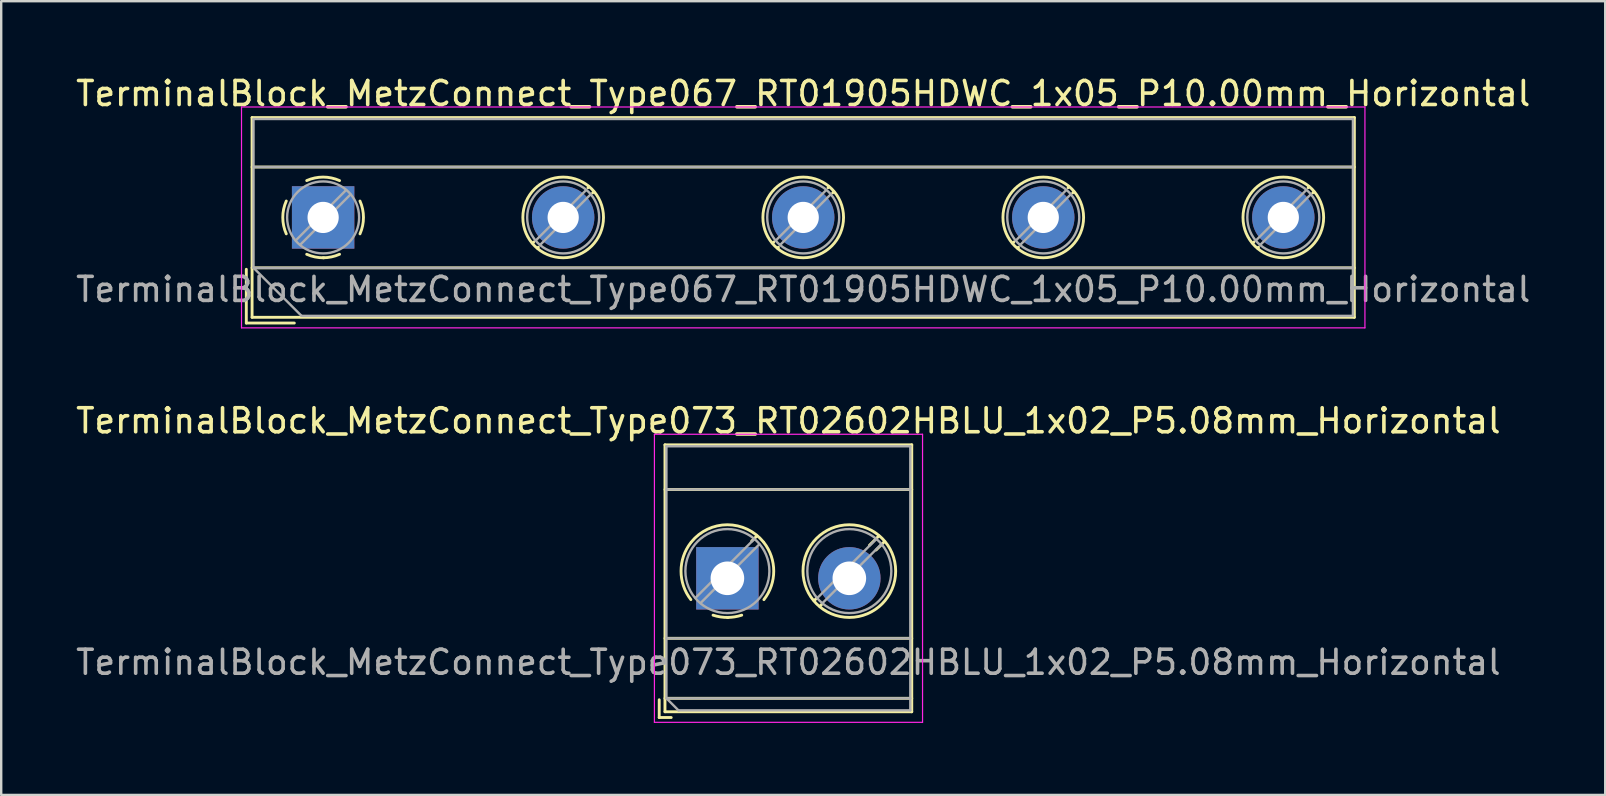
<source format=kicad_pcb>
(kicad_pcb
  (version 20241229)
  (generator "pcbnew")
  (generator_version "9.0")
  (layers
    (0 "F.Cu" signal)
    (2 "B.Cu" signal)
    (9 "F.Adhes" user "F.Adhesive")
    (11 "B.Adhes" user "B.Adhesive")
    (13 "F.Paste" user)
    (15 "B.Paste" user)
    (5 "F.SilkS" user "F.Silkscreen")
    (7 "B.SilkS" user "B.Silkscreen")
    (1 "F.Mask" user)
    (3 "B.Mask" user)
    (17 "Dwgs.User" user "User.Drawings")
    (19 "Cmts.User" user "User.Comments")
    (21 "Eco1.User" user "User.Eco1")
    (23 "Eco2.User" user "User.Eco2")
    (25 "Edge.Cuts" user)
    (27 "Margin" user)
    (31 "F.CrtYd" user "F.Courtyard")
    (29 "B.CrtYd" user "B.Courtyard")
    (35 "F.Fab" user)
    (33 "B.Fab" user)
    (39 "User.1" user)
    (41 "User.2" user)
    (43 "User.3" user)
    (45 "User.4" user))
  (footprint "TerminalBlock_MetzConnect_Type073_RT02602HBLU_1x02_P5.08mm_Horizontal"
    (layer "F.Cu")
    (at 27.252 21.041)
    (property "Reference" "TerminalBlock_MetzConnect_Type073_RT02602HBLU_1x02_P5.08mm_Horizontal" (at 2.54 -6.56 0) (layer "F.SilkS") (effects (font (size 1 1) (thickness 0.15))))
    (attr through_hole)
    (fp_line (start -2.84 5.06) (end -2.84 5.8) (stroke (width 0.12) (type solid)) (layer "F.SilkS"))
    (fp_line (start -2.84 5.8) (end -2.34 5.8) (stroke (width 0.12) (type solid)) (layer "F.SilkS"))
    (fp_line (start -2.6 -5.56) (end -2.6 5.56) (stroke (width 0.12) (type solid)) (layer "F.SilkS"))
    (fp_line (start -2.6 -5.56) (end 7.68 -5.56) (stroke (width 0.12) (type solid)) (layer "F.SilkS"))
    (fp_line (start -2.6 -3.7) (end 7.68 -3.7) (stroke (width 0.12) (type solid)) (layer "F.SilkS"))
    (fp_line (start -2.6 2.5) (end 7.68 2.5) (stroke (width 0.12) (type solid)) (layer "F.SilkS"))
    (fp_line (start -2.6 5) (end 7.68 5) (stroke (width 0.12) (type solid)) (layer "F.SilkS"))
    (fp_line (start -2.6 5.56) (end 7.68 5.56) (stroke (width 0.12) (type solid)) (layer "F.SilkS"))
    (fp_line (start 1.229 -1.764) (end 1.013 -1.549) (stroke (width 0.12) (type solid)) (layer "F.SilkS"))
    (fp_line (start 3.724 0.821) (end 3.617 0.928) (stroke (width 0.12) (type solid)) (layer "F.SilkS"))
    (fp_line (start 3.933 1.083) (end 3.852 1.164) (stroke (width 0.12) (type solid)) (layer "F.SilkS"))
    (fp_line (start 6.309 -1.764) (end 5.918 -1.374) (stroke (width 0.12) (type solid)) (layer "F.SilkS"))
    (fp_line (start 6.544 -1.529) (end 6.194 -1.179) (stroke (width 0.12) (type solid)) (layer "F.SilkS"))
    (fp_line (start 7.68 -5.56) (end 7.68 5.56) (stroke (width 0.12) (type solid)) (layer "F.SilkS"))
    (fp_arc (start -1.521645 0.888175) (mid -1.930586 -0.300524) (end -1.521 -1.489) (stroke (width 0.12) (type solid)) (layer "F.SilkS"))
    (fp_arc (start -1.500317 -1.514609) (mid -0.000252 -2.230344) (end 1.5 -1.515) (stroke (width 0.12) (type solid)) (layer "F.SilkS"))
    (fp_arc (start 0.033269 1.630336) (mid -0.285785 1.609354) (end -0.597 1.536) (stroke (width 0.12) (type solid)) (layer "F.SilkS"))
    (fp_arc (start 0.596403 1.535539) (mid 0.301919 1.606238) (end 0 1.63) (stroke (width 0.12) (type solid)) (layer "F.SilkS"))
    (fp_arc (start 1.521645 -1.488175) (mid 1.930586 -0.299476) (end 1.521 0.889) (stroke (width 0.12) (type solid)) (layer "F.SilkS"))
    (fp_arc (start 5.08 1.63) (mid 5.08 -2.23) (end 5.08 1.63) (stroke (width 0.12) (type solid)) (layer "F.SilkS"))
    (fp_line (start -3.04 -6) (end -3.04 6) (stroke (width 0.05) (type solid)) (layer "F.CrtYd"))
    (fp_line (start -3.04 6) (end 8.13 6) (stroke (width 0.05) (type solid)) (layer "F.CrtYd"))
    (fp_line (start 8.13 -6) (end -3.04 -6) (stroke (width 0.05) (type solid)) (layer "F.CrtYd"))
    (fp_line (start 8.13 6) (end 8.13 -6) (stroke (width 0.05) (type solid)) (layer "F.CrtYd"))
    (fp_line (start -2.54 -5.5) (end 7.62 -5.5) (stroke (width 0.1) (type solid)) (layer "F.Fab"))
    (fp_line (start -2.54 -3.7) (end 7.62 -3.7) (stroke (width 0.1) (type solid)) (layer "F.Fab"))
    (fp_line (start -2.54 2.5) (end 7.62 2.5) (stroke (width 0.1) (type solid)) (layer "F.Fab"))
    (fp_line (start -2.54 5) (end -2.54 -5.5) (stroke (width 0.1) (type solid)) (layer "F.Fab"))
    (fp_line (start -2.54 5) (end 7.62 5) (stroke (width 0.1) (type solid)) (layer "F.Fab"))
    (fp_line (start -2.04 5.5) (end -2.54 5) (stroke (width 0.1) (type solid)) (layer "F.Fab"))
    (fp_line (start 1.114 -1.628) (end -1.328 0.814) (stroke (width 0.1) (type solid)) (layer "F.Fab"))
    (fp_line (start 1.328 -1.414) (end -1.114 1.027) (stroke (width 0.1) (type solid)) (layer "F.Fab"))
    (fp_line (start 6.194 -1.628) (end 3.753 0.814) (stroke (width 0.1) (type solid)) (layer "F.Fab"))
    (fp_line (start 6.408 -1.414) (end 3.967 1.027) (stroke (width 0.1) (type solid)) (layer "F.Fab"))
    (fp_line (start 7.62 -5.5) (end 7.62 5.5) (stroke (width 0.1) (type solid)) (layer "F.Fab"))
    (fp_line (start 7.62 5.5) (end -2.04 5.5) (stroke (width 0.1) (type solid)) (layer "F.Fab"))
    (fp_circle (center 0 -0.3) (end 1.75 -0.3) (stroke (width 0.1) (type solid)) (fill no) (layer "F.Fab"))
    (fp_circle (center 5.08 -0.3) (end 6.83 -0.3) (stroke (width 0.1) (type solid)) (fill no) (layer "F.Fab"))
    (fp_text user "${REFERENCE}" (at 2.54 3.5 0) (layer "F.Fab") (effects (font (size 1 1) (thickness 0.15))))
    (pad "1" thru_hole rect (at 0 0) (size 2.6 2.6) (drill 1.4) (layers "*.Cu" "*.Mask"))
    (pad "2" thru_hole circle (at 5.08 0) (size 2.6 2.6) (drill 1.4) (layers "*.Cu" "*.Mask")))
  (footprint "TerminalBlock_MetzConnect_Type067_RT01905HDWC_1x05_P10.00mm_Horizontal"
    (layer "F.Cu")
    (at 10.411 6.008)
    (property "Reference" "TerminalBlock_MetzConnect_Type067_RT01905HDWC_1x05_P10.00mm_Horizontal" (at 20 -5.16 0) (layer "F.SilkS") (effects (font (size 1 1) (thickness 0.15))))
    (attr through_hole)
    (fp_line (start -3.2 2.16) (end -3.2 4.4) (stroke (width 0.12) (type solid)) (layer "F.SilkS"))
    (fp_line (start -3.2 4.4) (end -1.2 4.4) (stroke (width 0.12) (type solid)) (layer "F.SilkS"))
    (fp_line (start -2.96 -4.16) (end -2.96 4.16) (stroke (width 0.12) (type solid)) (layer "F.SilkS"))
    (fp_line (start -2.96 -4.16) (end 42.96 -4.16) (stroke (width 0.12) (type solid)) (layer "F.SilkS"))
    (fp_line (start -2.96 -2.1) (end 42.96 -2.1) (stroke (width 0.12) (type solid)) (layer "F.SilkS"))
    (fp_line (start -2.96 2.1) (end 42.96 2.1) (stroke (width 0.12) (type solid)) (layer "F.SilkS"))
    (fp_line (start -2.96 4.16) (end 42.96 4.16) (stroke (width 0.12) (type solid)) (layer "F.SilkS"))
    (fp_line (start 8.773 1.023) (end 8.726 1.069) (stroke (width 0.12) (type solid)) (layer "F.SilkS"))
    (fp_line (start 8.966 1.239) (end 8.931 1.274) (stroke (width 0.12) (type solid)) (layer "F.SilkS"))
    (fp_line (start 11.07 -1.275) (end 11.035 -1.239) (stroke (width 0.12) (type solid)) (layer "F.SilkS"))
    (fp_line (start 11.275 -1.069) (end 11.228 -1.023) (stroke (width 0.12) (type solid)) (layer "F.SilkS"))
    (fp_line (start 18.773 1.023) (end 18.726 1.069) (stroke (width 0.12) (type solid)) (layer "F.SilkS"))
    (fp_line (start 18.966 1.239) (end 18.931 1.274) (stroke (width 0.12) (type solid)) (layer "F.SilkS"))
    (fp_line (start 21.07 -1.275) (end 21.035 -1.239) (stroke (width 0.12) (type solid)) (layer "F.SilkS"))
    (fp_line (start 21.275 -1.069) (end 21.228 -1.023) (stroke (width 0.12) (type solid)) (layer "F.SilkS"))
    (fp_line (start 28.773 1.023) (end 28.726 1.069) (stroke (width 0.12) (type solid)) (layer "F.SilkS"))
    (fp_line (start 28.966 1.239) (end 28.931 1.274) (stroke (width 0.12) (type solid)) (layer "F.SilkS"))
    (fp_line (start 31.07 -1.275) (end 31.035 -1.239) (stroke (width 0.12) (type solid)) (layer "F.SilkS"))
    (fp_line (start 31.275 -1.069) (end 31.228 -1.023) (stroke (width 0.12) (type solid)) (layer "F.SilkS"))
    (fp_line (start 38.773 1.023) (end 38.726 1.069) (stroke (width 0.12) (type solid)) (layer "F.SilkS"))
    (fp_line (start 38.966 1.239) (end 38.931 1.274) (stroke (width 0.12) (type solid)) (layer "F.SilkS"))
    (fp_line (start 41.07 -1.275) (end 41.035 -1.239) (stroke (width 0.12) (type solid)) (layer "F.SilkS"))
    (fp_line (start 41.275 -1.069) (end 41.228 -1.023) (stroke (width 0.12) (type solid)) (layer "F.SilkS"))
    (fp_line (start 42.96 -4.16) (end 42.96 4.16) (stroke (width 0.12) (type solid)) (layer "F.SilkS"))
    (fp_arc (start -1.535427 0.683042) (mid -1.680501 -0.000524) (end -1.535 -0.684) (stroke (width 0.12) (type solid)) (layer "F.SilkS"))
    (fp_arc (start -0.683042 -1.535427) (mid 0.000524 -1.680501) (end 0.684 -1.535) (stroke (width 0.12) (type solid)) (layer "F.SilkS"))
    (fp_arc (start 0.028805 1.680253) (mid -0.335551 1.646659) (end -0.684 1.535) (stroke (width 0.12) (type solid)) (layer "F.SilkS"))
    (fp_arc (start 0.683318 1.534756) (mid 0.349292 1.643288) (end 0 1.68) (stroke (width 0.12) (type solid)) (layer "F.SilkS"))
    (fp_arc (start 1.535427 -0.683042) (mid 1.680501 0.000524) (end 1.535 0.684) (stroke (width 0.12) (type solid)) (layer "F.SilkS"))
    (fp_circle (center 10 0) (end 11.68 0) (stroke (width 0.12) (type solid)) (fill no) (layer "F.SilkS"))
    (fp_circle (center 20 0) (end 21.68 0) (stroke (width 0.12) (type solid)) (fill no) (layer "F.SilkS"))
    (fp_circle (center 30 0) (end 31.68 0) (stroke (width 0.12) (type solid)) (fill no) (layer "F.SilkS"))
    (fp_circle (center 40 0) (end 41.68 0) (stroke (width 0.12) (type solid)) (fill no) (layer "F.SilkS"))
    (fp_line (start -3.4 -4.6) (end -3.4 4.6) (stroke (width 0.05) (type solid)) (layer "F.CrtYd"))
    (fp_line (start -3.4 4.6) (end 43.4 4.6) (stroke (width 0.05) (type solid)) (layer "F.CrtYd"))
    (fp_line (start 43.4 -4.6) (end -3.4 -4.6) (stroke (width 0.05) (type solid)) (layer "F.CrtYd"))
    (fp_line (start 43.4 4.6) (end 43.4 -4.6) (stroke (width 0.05) (type solid)) (layer "F.CrtYd"))
    (fp_line (start -2.9 -4.1) (end 42.9 -4.1) (stroke (width 0.1) (type solid)) (layer "F.Fab"))
    (fp_line (start -2.9 -2.1) (end 42.9 -2.1) (stroke (width 0.1) (type solid)) (layer "F.Fab"))
    (fp_line (start -2.9 2.1) (end -2.9 -4.1) (stroke (width 0.1) (type solid)) (layer "F.Fab"))
    (fp_line (start -2.9 2.1) (end 42.9 2.1) (stroke (width 0.1) (type solid)) (layer "F.Fab"))
    (fp_line (start -0.9 4.1) (end -2.9 2.1) (stroke (width 0.1) (type solid)) (layer "F.Fab"))
    (fp_line (start 0.955 -1.138) (end -1.138 0.955) (stroke (width 0.1) (type solid)) (layer "F.Fab"))
    (fp_line (start 1.138 -0.955) (end -0.955 1.138) (stroke (width 0.1) (type solid)) (layer "F.Fab"))
    (fp_line (start 10.955 -1.138) (end 8.863 0.955) (stroke (width 0.1) (type solid)) (layer "F.Fab"))
    (fp_line (start 11.138 -0.955) (end 9.046 1.138) (stroke (width 0.1) (type solid)) (layer "F.Fab"))
    (fp_line (start 20.955 -1.138) (end 18.863 0.955) (stroke (width 0.1) (type solid)) (layer "F.Fab"))
    (fp_line (start 21.138 -0.955) (end 19.046 1.138) (stroke (width 0.1) (type solid)) (layer "F.Fab"))
    (fp_line (start 30.955 -1.138) (end 28.863 0.955) (stroke (width 0.1) (type solid)) (layer "F.Fab"))
    (fp_line (start 31.138 -0.955) (end 29.046 1.138) (stroke (width 0.1) (type solid)) (layer "F.Fab"))
    (fp_line (start 40.955 -1.138) (end 38.863 0.955) (stroke (width 0.1) (type solid)) (layer "F.Fab"))
    (fp_line (start 41.138 -0.955) (end 39.046 1.138) (stroke (width 0.1) (type solid)) (layer "F.Fab"))
    (fp_line (start 42.9 -4.1) (end 42.9 4.1) (stroke (width 0.1) (type solid)) (layer "F.Fab"))
    (fp_line (start 42.9 4.1) (end -0.9 4.1) (stroke (width 0.1) (type solid)) (layer "F.Fab"))
    (fp_circle (center 0 0) (end 1.5 0) (stroke (width 0.1) (type solid)) (fill no) (layer "F.Fab"))
    (fp_circle (center 10 0) (end 11.5 0) (stroke (width 0.1) (type solid)) (fill no) (layer "F.Fab"))
    (fp_circle (center 20 0) (end 21.5 0) (stroke (width 0.1) (type solid)) (fill no) (layer "F.Fab"))
    (fp_circle (center 30 0) (end 31.5 0) (stroke (width 0.1) (type solid)) (fill no) (layer "F.Fab"))
    (fp_circle (center 40 0) (end 41.5 0) (stroke (width 0.1) (type solid)) (fill no) (layer "F.Fab"))
    (fp_text user "${REFERENCE}" (at 20 3 0) (layer "F.Fab") (effects (font (size 1 1) (thickness 0.15))))
    (pad "1" thru_hole rect (at 0 0) (size 2.6 2.6) (drill 1.3) (layers "*.Cu" "*.Mask"))
    (pad "2" thru_hole circle (at 10 0) (size 2.6 2.6) (drill 1.3) (layers "*.Cu" "*.Mask"))
    (pad "3" thru_hole circle (at 20 0) (size 2.6 2.6) (drill 1.3) (layers "*.Cu" "*.Mask"))
    (pad "4" thru_hole circle (at 30 0) (size 2.6 2.6) (drill 1.3) (layers "*.Cu" "*.Mask"))
    (pad "5" thru_hole circle (at 40 0) (size 2.6 2.6) (drill 1.3) (layers "*.Cu" "*.Mask")))
  (gr_rect
    (start -3 -3)
    (end 63.821 30.067)
    (stroke (width 0.1) (type default))
    (fill no)
    (layer "Edge.Cuts")))
</source>
